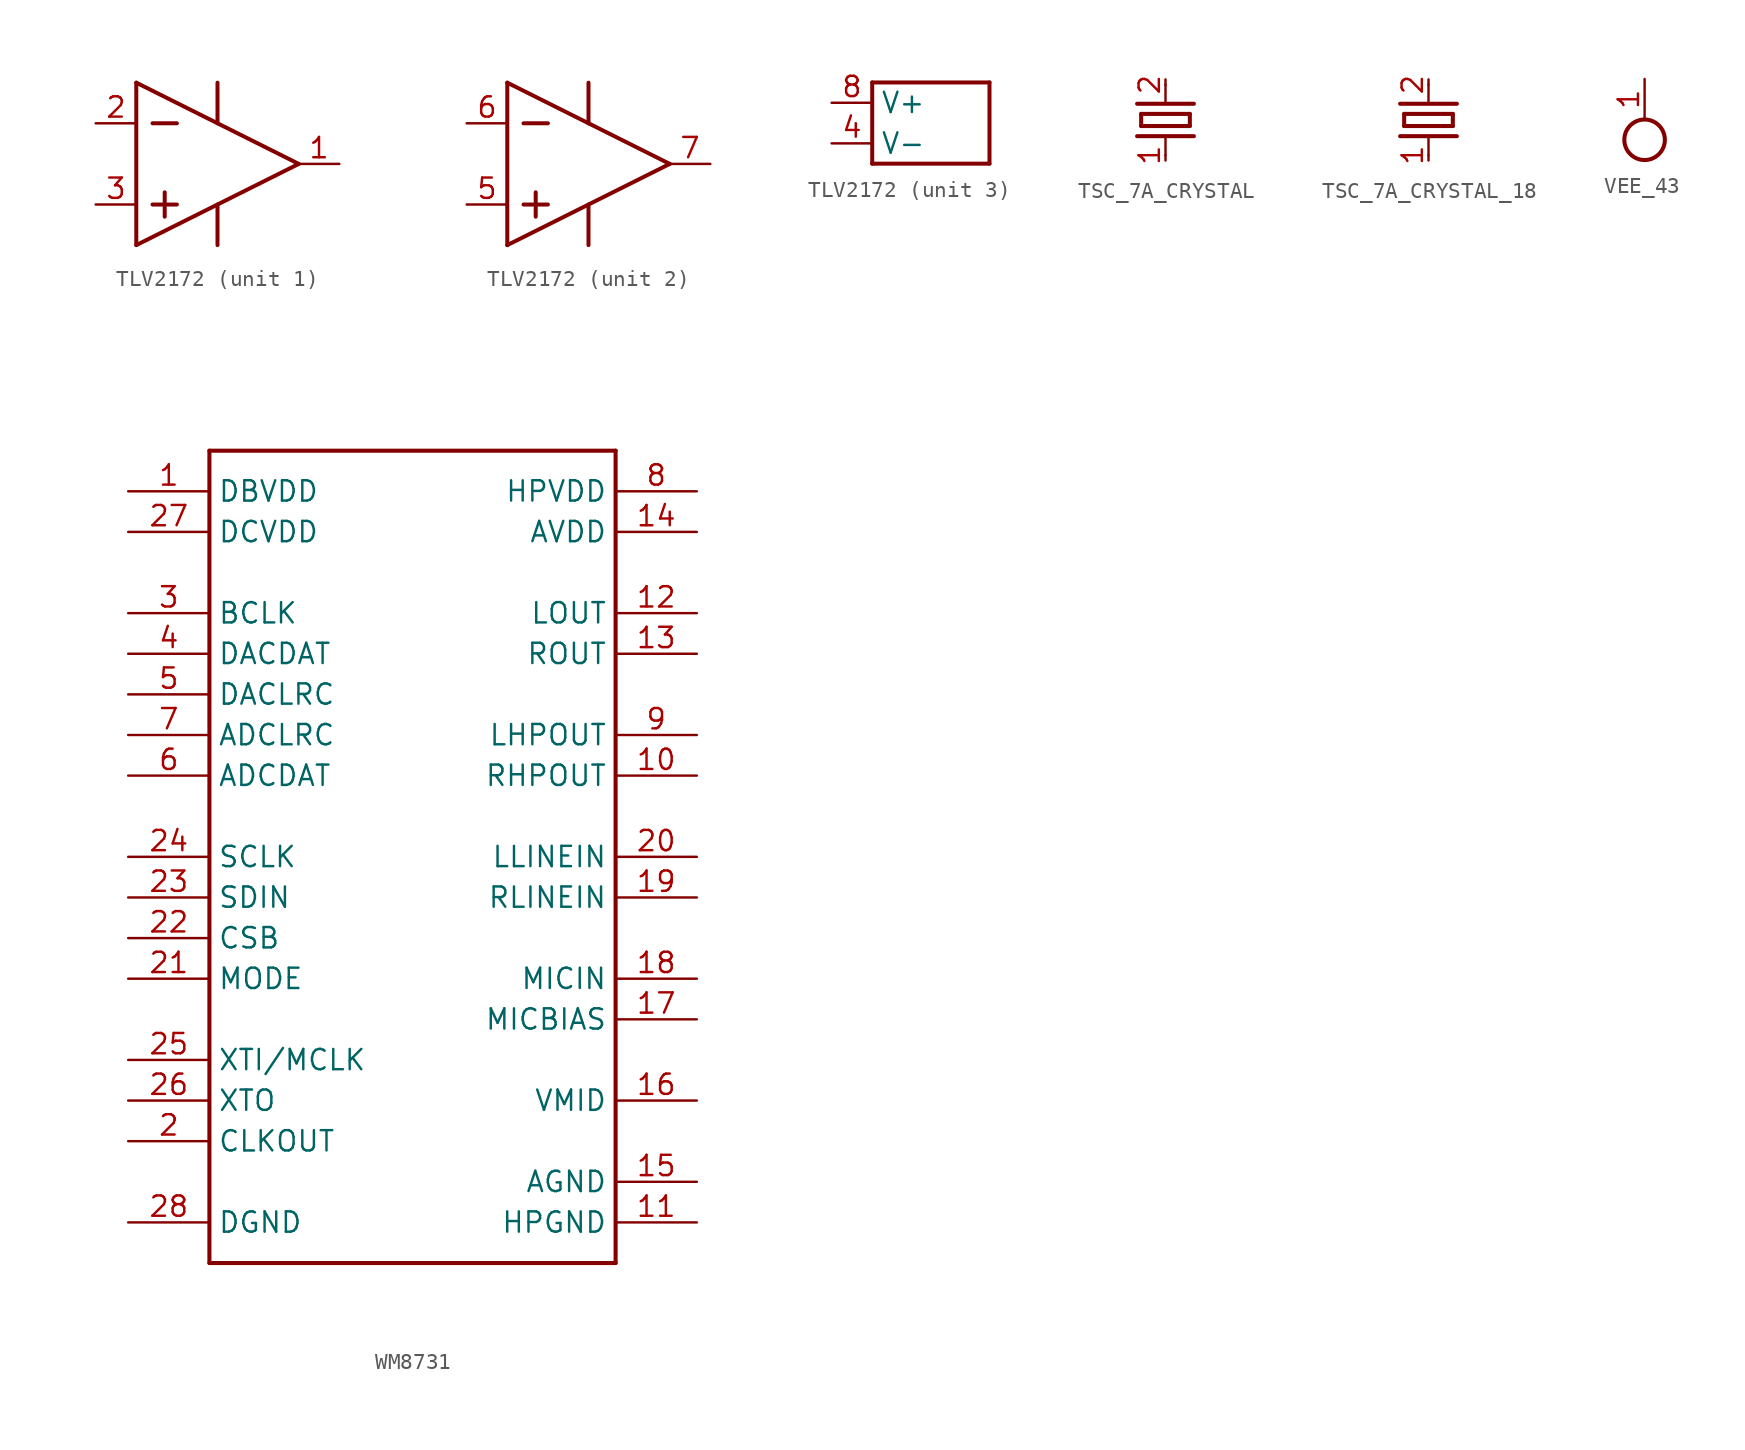
<source format=kicad_sym>
(kicad_symbol_lib
  (version 20231120)
  (generator "kicad_symbol_editor")
  (generator_version "8.0")
  (symbol "TLV2172"
    (property "Reference" "U"
      (at 0 0 0)
      (effects (font (size 1.27 1.27)) (hide yes)))
    (property "ki_locked" ""
      (at 0 0 0)
      (effects (font (size 1.27 1.27))))
    (symbol "TLV2172_1_0"
      (polyline (pts (xy -5.08 -5.08) (xy 5.08 0)) (stroke (width 0.25) (type solid)) (fill (type none)))
      (polyline (pts (xy -5.08 5.08) (xy -5.08 -5.08)) (stroke (width 0.25) (type solid)) (fill (type none)))
      (polyline (pts (xy -5.08 5.08) (xy 5.08 0)) (stroke (width 0.25) (type solid)) (fill (type none)))
      (polyline (pts (xy -4.064 -2.54) (xy -2.54 -2.54)) (stroke (width 0.25) (type solid)) (fill (type none)))
      (polyline (pts (xy -4.064 2.54) (xy -2.54 2.54)) (stroke (width 0.25) (type solid)) (fill (type none)))
      (polyline (pts (xy -3.302 -1.778) (xy -3.302 -3.302)) (stroke (width 0.25) (type solid)) (fill (type none)))
      (polyline (pts (xy 0 -2.54) (xy 0 -5.08)) (stroke (width 0.25) (type solid)) (fill (type none)))
      (polyline (pts (xy 0 5.08) (xy 0 2.54)) (stroke (width 0.25) (type solid)) (fill (type none)))
      (pin output line (at 7.62 0 180) (length 2.54) (name "OUT" (effects (font (size 0 0)))) (number "1" (effects (font (size 1.27 1.27)))))
      (pin input line (at -7.62 2.54 0) (length 2.54) (name "IN-" (effects (font (size 0 0)))) (number "2" (effects (font (size 1.27 1.27)))))
      (pin input line (at -7.62 -2.54 0) (length 2.54) (name "IN+" (effects (font (size 0 0)))) (number "3" (effects (font (size 1.27 1.27))))))
    (symbol "TLV2172_2_0"
      (polyline (pts (xy -5.08 -5.08) (xy 5.08 0)) (stroke (width 0.25) (type solid)) (fill (type none)))
      (polyline (pts (xy -5.08 5.08) (xy -5.08 -5.08)) (stroke (width 0.25) (type solid)) (fill (type none)))
      (polyline (pts (xy -5.08 5.08) (xy 5.08 0)) (stroke (width 0.25) (type solid)) (fill (type none)))
      (polyline (pts (xy -4.064 -2.54) (xy -2.54 -2.54)) (stroke (width 0.25) (type solid)) (fill (type none)))
      (polyline (pts (xy -4.064 2.54) (xy -2.54 2.54)) (stroke (width 0.25) (type solid)) (fill (type none)))
      (polyline (pts (xy -3.302 -1.778) (xy -3.302 -3.302)) (stroke (width 0.25) (type solid)) (fill (type none)))
      (polyline (pts (xy 0 -2.54) (xy 0 -5.08)) (stroke (width 0.25) (type solid)) (fill (type none)))
      (polyline (pts (xy 0 5.08) (xy 0 2.54)) (stroke (width 0.25) (type solid)) (fill (type none)))
      (pin input line (at -7.62 -2.54 0) (length 2.54) (name "IN+" (effects (font (size 0 0)))) (number "5" (effects (font (size 1.27 1.27)))))
      (pin input line (at -7.62 2.54 0) (length 2.54) (name "IN-" (effects (font (size 0 0)))) (number "6" (effects (font (size 1.27 1.27)))))
      (pin output line (at 7.62 0 180) (length 2.54) (name "OUT" (effects (font (size 0 0)))) (number "7" (effects (font (size 1.27 1.27))))))
    (symbol "TLV2172_3_0"
      (polyline (pts (xy -3.667 -2.54) (xy -3.667 2.54)) (stroke (width 0.25) (type solid)) (fill (type none)))
      (polyline (pts (xy -3.667 2.54) (xy 3.667 2.54)) (stroke (width 0.25) (type solid)) (fill (type none)))
      (polyline (pts (xy 3.667 -2.54) (xy -3.667 -2.54)) (stroke (width 0.25) (type solid)) (fill (type none)))
      (polyline (pts (xy 3.667 2.54) (xy 3.667 -2.54)) (stroke (width 0.25) (type solid)) (fill (type none)))
      (pin power_in line (at -6.207 -1.27 0) (length 2.54) (name "V-" (effects (font (size 1.27 1.27)))) (number "4" (effects (font (size 1.27 1.27)))))
      (pin power_in line (at -6.207 1.27 0) (length 2.54) (name "V+" (effects (font (size 1.27 1.27)))) (number "8" (effects (font (size 1.27 1.27)))))))
  (symbol "TSC_7A_CRYSTAL"
    (property "Reference" "Q"
      (at 0 0 0)
      (effects (font (size 1.27 1.27)) (hide yes)))
    (property "ki_locked" ""
      (at 0 0 0)
      (effects (font (size 1.27 1.27))))
    (symbol "TSC_7A_CRYSTAL_1_0"
      (polyline (pts (xy -1.524 -0.381) (xy -1.524 0.381)) (stroke (width 0.254) (type solid)) (fill (type none)))
      (polyline (pts (xy -1.524 0.381) (xy 1.524 0.381)) (stroke (width 0.254) (type solid)) (fill (type none)))
      (polyline (pts (xy 0 -2.54) (xy 0 -1.016)) (stroke (width 0.152) (type solid)) (fill (type none)))
      (polyline (pts (xy 0 1.016) (xy 0 2.54)) (stroke (width 0.152) (type solid)) (fill (type none)))
      (polyline (pts (xy 1.524 -0.381) (xy -1.524 -0.381)) (stroke (width 0.254) (type solid)) (fill (type none)))
      (polyline (pts (xy 1.524 0.381) (xy 1.524 -0.381)) (stroke (width 0.254) (type solid)) (fill (type none)))
      (polyline (pts (xy 1.778 -1.016) (xy -1.778 -1.016)) (stroke (width 0.254) (type solid)) (fill (type none)))
      (polyline (pts (xy 1.778 1.016) (xy -1.778 1.016)) (stroke (width 0.254) (type solid)) (fill (type none)))
      (pin passive line (at 0 -2.207 90) (length 0) (name "1" (effects (font (size 0 0)))) (number "1" (effects (font (size 1.27 1.27)))))
      (pin passive line (at 0 2.207 270) (length 0) (name "2" (effects (font (size 0 0)))) (number "2" (effects (font (size 1.27 1.27)))))))
  (symbol "TSC_7A_CRYSTAL_18"
    (property "Reference" "Q"
      (at 0 0 0)
      (effects (font (size 1.27 1.27)) (hide yes)))
    (property "ki_locked" ""
      (at 0 0 0)
      (effects (font (size 1.27 1.27))))
    (symbol "TSC_7A_CRYSTAL_18_1_0"
      (polyline (pts (xy -1.778 -1.016) (xy 1.778 -1.016)) (stroke (width 0.254) (type solid)) (fill (type none)))
      (polyline (pts (xy -1.778 1.016) (xy 1.778 1.016)) (stroke (width 0.254) (type solid)) (fill (type none)))
      (polyline (pts (xy -1.524 -0.381) (xy 1.524 -0.381)) (stroke (width 0.254) (type solid)) (fill (type none)))
      (polyline (pts (xy -1.524 0.381) (xy -1.524 -0.381)) (stroke (width 0.254) (type solid)) (fill (type none)))
      (polyline (pts (xy 0 -2.54) (xy 0 -1.016)) (stroke (width 0.152) (type solid)) (fill (type none)))
      (polyline (pts (xy 0 1.016) (xy 0 2.54)) (stroke (width 0.152) (type solid)) (fill (type none)))
      (polyline (pts (xy 1.524 -0.381) (xy 1.524 0.381)) (stroke (width 0.254) (type solid)) (fill (type none)))
      (polyline (pts (xy 1.524 0.381) (xy -1.524 0.381)) (stroke (width 0.254) (type solid)) (fill (type none)))
      (pin passive line (at 0 -2.207 90) (length 0) (name "1" (effects (font (size 0 0)))) (number "1" (effects (font (size 1.27 1.27)))))
      (pin passive line (at 0 2.207 270) (length 0) (name "2" (effects (font (size 0 0)))) (number "2" (effects (font (size 1.27 1.27)))))))
  (symbol "VEE_43"
    (power)
    (property "Reference" "#SUPPLY"
      (at 0 0 0)
      (effects (font (size 1.27 1.27)) (hide yes)))
    (property "ki_locked" ""
      (at 0 0 0)
      (effects (font (size 1.27 1.27))))
    (symbol "VEE_43_1_0"
      (circle (center 0 0) (radius 1.27) (stroke (width 0.254) (type solid)) (fill (type none)))
      (pin power_in line (at 0 3.81 270) (length 2.54) (name "VEE" (effects (font (size 0 0)))) (number "1" (effects (font (size 1.27 1.27)))))))
  (symbol "WM8731"
    (property "Reference" "IC"
      (at 0 0 0)
      (effects (font (size 1.27 1.27)) (hide yes)))
    (property "ki_locked" ""
      (at 0 0 0)
      (effects (font (size 1.27 1.27))))
    (symbol "WM8731_1_0"
      (polyline (pts (xy -12.7 -25.4) (xy 12.7 -25.4)) (stroke (width 0.254) (type solid)) (fill (type none)))
      (polyline (pts (xy -12.7 25.4) (xy -12.7 -25.4)) (stroke (width 0.254) (type solid)) (fill (type none)))
      (polyline (pts (xy 12.7 -25.4) (xy 12.7 25.4)) (stroke (width 0.254) (type solid)) (fill (type none)))
      (polyline (pts (xy 12.7 25.4) (xy -12.7 25.4)) (stroke (width 0.254) (type solid)) (fill (type none)))
      (pin bidirectional line (at -17.78 22.86 0) (length 5.08) (name "DBVDD" (effects (font (size 1.27 1.27)))) (number "1" (effects (font (size 1.27 1.27)))))
      (pin bidirectional line (at 17.78 5.08 180) (length 5.08) (name "RHPOUT" (effects (font (size 1.27 1.27)))) (number "10" (effects (font (size 1.27 1.27)))))
      (pin bidirectional line (at 17.78 -22.86 180) (length 5.08) (name "HPGND" (effects (font (size 1.27 1.27)))) (number "11" (effects (font (size 1.27 1.27)))))
      (pin bidirectional line (at 17.78 15.24 180) (length 5.08) (name "LOUT" (effects (font (size 1.27 1.27)))) (number "12" (effects (font (size 1.27 1.27)))))
      (pin bidirectional line (at 17.78 12.7 180) (length 5.08) (name "ROUT" (effects (font (size 1.27 1.27)))) (number "13" (effects (font (size 1.27 1.27)))))
      (pin bidirectional line (at 17.78 20.32 180) (length 5.08) (name "AVDD" (effects (font (size 1.27 1.27)))) (number "14" (effects (font (size 1.27 1.27)))))
      (pin bidirectional line (at 17.78 -20.32 180) (length 5.08) (name "AGND" (effects (font (size 1.27 1.27)))) (number "15" (effects (font (size 1.27 1.27)))))
      (pin bidirectional line (at 17.78 -15.24 180) (length 5.08) (name "VMID" (effects (font (size 1.27 1.27)))) (number "16" (effects (font (size 1.27 1.27)))))
      (pin bidirectional line (at 17.78 -10.16 180) (length 5.08) (name "MICBIAS" (effects (font (size 1.27 1.27)))) (number "17" (effects (font (size 1.27 1.27)))))
      (pin bidirectional line (at 17.78 -7.62 180) (length 5.08) (name "MICIN" (effects (font (size 1.27 1.27)))) (number "18" (effects (font (size 1.27 1.27)))))
      (pin bidirectional line (at 17.78 -2.54 180) (length 5.08) (name "RLINEIN" (effects (font (size 1.27 1.27)))) (number "19" (effects (font (size 1.27 1.27)))))
      (pin bidirectional line (at -17.78 -17.78 0) (length 5.08) (name "CLKOUT" (effects (font (size 1.27 1.27)))) (number "2" (effects (font (size 1.27 1.27)))))
      (pin bidirectional line (at 17.78 0 180) (length 5.08) (name "LLINEIN" (effects (font (size 1.27 1.27)))) (number "20" (effects (font (size 1.27 1.27)))))
      (pin bidirectional line (at -17.78 -7.62 0) (length 5.08) (name "MODE" (effects (font (size 1.27 1.27)))) (number "21" (effects (font (size 1.27 1.27)))))
      (pin bidirectional line (at -17.78 -5.08 0) (length 5.08) (name "CSB" (effects (font (size 1.27 1.27)))) (number "22" (effects (font (size 1.27 1.27)))))
      (pin bidirectional line (at -17.78 -2.54 0) (length 5.08) (name "SDIN" (effects (font (size 1.27 1.27)))) (number "23" (effects (font (size 1.27 1.27)))))
      (pin bidirectional line (at -17.78 0 0) (length 5.08) (name "SCLK" (effects (font (size 1.27 1.27)))) (number "24" (effects (font (size 1.27 1.27)))))
      (pin bidirectional line (at -17.78 -12.7 0) (length 5.08) (name "XTI/MCLK" (effects (font (size 1.27 1.27)))) (number "25" (effects (font (size 1.27 1.27)))))
      (pin bidirectional line (at -17.78 -15.24 0) (length 5.08) (name "XTO" (effects (font (size 1.27 1.27)))) (number "26" (effects (font (size 1.27 1.27)))))
      (pin bidirectional line (at -17.78 20.32 0) (length 5.08) (name "DCVDD" (effects (font (size 1.27 1.27)))) (number "27" (effects (font (size 1.27 1.27)))))
      (pin bidirectional line (at -17.78 -22.86 0) (length 5.08) (name "DGND" (effects (font (size 1.27 1.27)))) (number "28" (effects (font (size 1.27 1.27)))))
      (pin bidirectional line (at -17.78 15.24 0) (length 5.08) (name "BCLK" (effects (font (size 1.27 1.27)))) (number "3" (effects (font (size 1.27 1.27)))))
      (pin bidirectional line (at -17.78 12.7 0) (length 5.08) (name "DACDAT" (effects (font (size 1.27 1.27)))) (number "4" (effects (font (size 1.27 1.27)))))
      (pin bidirectional line (at -17.78 10.16 0) (length 5.08) (name "DACLRC" (effects (font (size 1.27 1.27)))) (number "5" (effects (font (size 1.27 1.27)))))
      (pin bidirectional line (at -17.78 5.08 0) (length 5.08) (name "ADCDAT" (effects (font (size 1.27 1.27)))) (number "6" (effects (font (size 1.27 1.27)))))
      (pin bidirectional line (at -17.78 7.62 0) (length 5.08) (name "ADCLRC" (effects (font (size 1.27 1.27)))) (number "7" (effects (font (size 1.27 1.27)))))
      (pin bidirectional line (at 17.78 22.86 180) (length 5.08) (name "HPVDD" (effects (font (size 1.27 1.27)))) (number "8" (effects (font (size 1.27 1.27)))))
      (pin bidirectional line (at 17.78 7.62 180) (length 5.08) (name "LHPOUT" (effects (font (size 1.27 1.27)))) (number "9" (effects (font (size 1.27 1.27))))))))
</source>
